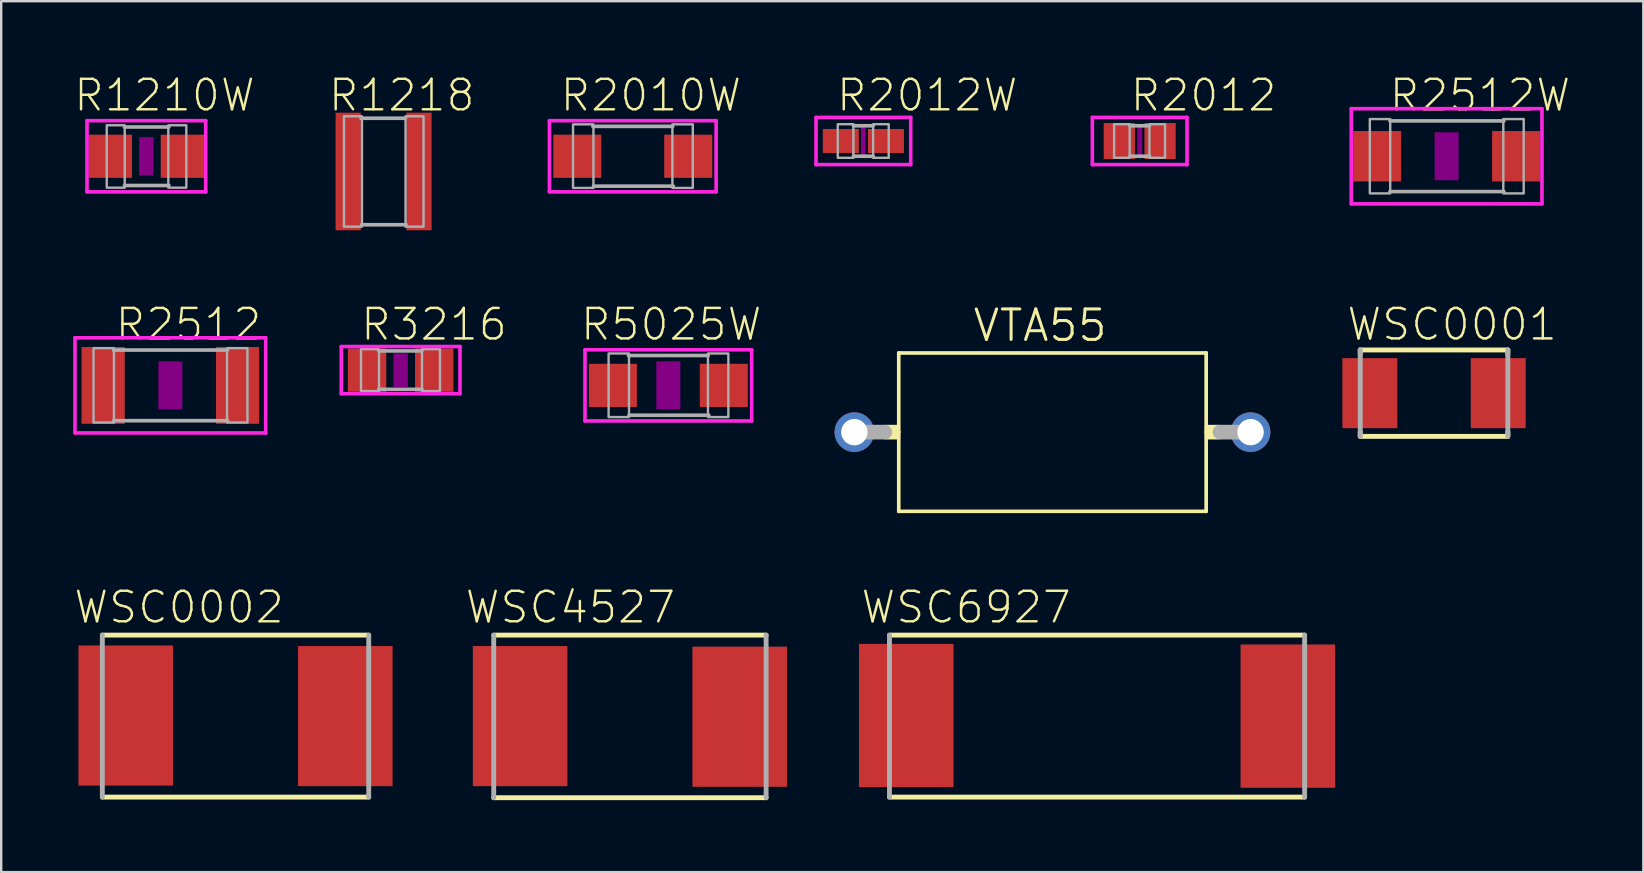
<source format=kicad_pcb>
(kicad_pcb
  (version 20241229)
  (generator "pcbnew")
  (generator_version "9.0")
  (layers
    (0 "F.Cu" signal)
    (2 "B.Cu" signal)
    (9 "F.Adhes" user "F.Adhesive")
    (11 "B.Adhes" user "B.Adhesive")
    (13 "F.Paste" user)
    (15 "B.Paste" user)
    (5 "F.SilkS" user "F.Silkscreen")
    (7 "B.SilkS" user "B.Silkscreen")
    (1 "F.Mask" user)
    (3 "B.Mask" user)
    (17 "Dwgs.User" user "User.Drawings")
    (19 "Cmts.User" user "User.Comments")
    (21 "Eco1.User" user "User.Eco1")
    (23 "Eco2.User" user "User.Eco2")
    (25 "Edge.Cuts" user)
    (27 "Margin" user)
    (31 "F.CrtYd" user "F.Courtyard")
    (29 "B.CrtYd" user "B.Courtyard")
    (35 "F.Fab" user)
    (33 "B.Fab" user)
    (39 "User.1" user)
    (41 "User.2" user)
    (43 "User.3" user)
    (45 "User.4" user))
  (footprint "R3216"
    (layer "F.Cu")
    (at 13.644 12.373)
    (property "Reference" "R3216" (at 1.391 -1.905 0) (layer "F.SilkS") (effects (font (size 1.27 1.27) (thickness 0.102))))
    (attr through_hole)
    (fp_poly (pts (xy -0.3 -0.7) (xy 0.3 -0.7) (xy 0.3 0.7) (xy -0.3 0.7)) (stroke (width 0) (type solid)) (fill yes) (layer "F.Adhes"))
    (fp_line (start -2.473 -0.983) (end 2.473 -0.983) (stroke (width 0.15) (type solid)) (layer "F.CrtYd"))
    (fp_line (start -2.473 0.983) (end -2.473 -0.983) (stroke (width 0.15) (type solid)) (layer "F.CrtYd"))
    (fp_line (start 2.473 -0.983) (end 2.473 0.983) (stroke (width 0.15) (type solid)) (layer "F.CrtYd"))
    (fp_line (start 2.473 0.983) (end -2.473 0.983) (stroke (width 0.15) (type solid)) (layer "F.CrtYd"))
    (fp_line (start -0.913 -0.8) (end 0.888 -0.8) (stroke (width 0.152) (type solid)) (layer "F.Fab"))
    (fp_line (start -0.913 0.8) (end 0.888 0.8) (stroke (width 0.152) (type solid)) (layer "F.Fab"))
    (fp_poly (pts (xy -1.651 -0.874) (xy -0.901 -0.874) (xy -0.901 0.876) (xy -1.651 0.876)) (stroke (width 0.1) (type solid)) (fill no) (layer "F.Fab"))
    (fp_poly (pts (xy 0.889 -0.874) (xy 1.639 -0.874) (xy 1.639 0.876) (xy 0.889 0.876)) (stroke (width 0.1) (type solid)) (fill no) (layer "F.Fab"))
    (pad "1" smd rect (at -1.4 0) (size 1.6 1.8) (layers "F.Cu" "F.Mask" "F.Paste"))
    (pad "2" smd rect (at 1.4 0) (size 1.6 1.8) (layers "F.Cu" "F.Mask" "F.Paste")))
  (footprint "R2512"
    (layer "F.Cu")
    (at 4.048 13.008)
    (property "Reference" "R2512" (at 0.756 -2.54 0) (layer "F.SilkS") (effects (font (size 1.27 1.27) (thickness 0.102))))
    (attr through_hole)
    (fp_poly (pts (xy -0.5 -1) (xy 0.5 -1) (xy 0.5 1) (xy -0.5 1)) (stroke (width 0) (type solid)) (fill yes) (layer "F.Adhes"))
    (fp_line (start -3.973 -1.983) (end 3.973 -1.983) (stroke (width 0.15) (type solid)) (layer "F.CrtYd"))
    (fp_line (start -3.973 1.983) (end -3.973 -1.983) (stroke (width 0.15) (type solid)) (layer "F.CrtYd"))
    (fp_line (start 3.973 -1.983) (end 3.973 1.983) (stroke (width 0.15) (type solid)) (layer "F.CrtYd"))
    (fp_line (start 3.973 1.983) (end -3.973 1.983) (stroke (width 0.15) (type solid)) (layer "F.CrtYd"))
    (fp_line (start -2.362 -1.473) (end 2.387 -1.473) (stroke (width 0.152) (type solid)) (layer "F.Fab"))
    (fp_line (start -2.362 1.473) (end 2.387 1.473) (stroke (width 0.152) (type solid)) (layer "F.Fab"))
    (fp_poly (pts (xy -3.2 -1.551) (xy -2.35 -1.551) (xy -2.35 1.549) (xy -3.2 1.549)) (stroke (width 0.1) (type solid)) (fill no) (layer "F.Fab"))
    (fp_poly (pts (xy 2.362 -1.551) (xy 3.212 -1.551) (xy 3.212 1.549) (xy 2.362 1.549)) (stroke (width 0.1) (type solid)) (fill no) (layer "F.Fab"))
    (pad "1" smd rect (at -2.8 0) (size 1.8 3.2) (layers "F.Cu" "F.Mask" "F.Paste"))
    (pad "2" smd rect (at 2.8 0) (size 1.8 3.2) (layers "F.Cu" "F.Mask" "F.Paste")))
  (footprint "R2012W"
    (layer "F.Cu")
    (at 32.926 2.826)
    (property "Reference" "R2012W" (at 2.661 -1.905 0) (layer "F.SilkS") (effects (font (size 1.27 1.27) (thickness 0.102))))
    (attr through_hole)
    (fp_poly (pts (xy -0.1 -0.6) (xy 0.1 -0.6) (xy 0.1 0.6) (xy -0.1 0.6)) (stroke (width 0) (type solid)) (fill yes) (layer "F.Adhes"))
    (fp_line (start -1.973 -0.983) (end 1.973 -0.983) (stroke (width 0.15) (type solid)) (layer "F.CrtYd"))
    (fp_line (start -1.973 0.983) (end -1.973 -0.983) (stroke (width 0.15) (type solid)) (layer "F.CrtYd"))
    (fp_line (start 1.973 -0.983) (end 1.973 0.983) (stroke (width 0.15) (type solid)) (layer "F.CrtYd"))
    (fp_line (start 1.973 0.983) (end -1.973 0.983) (stroke (width 0.15) (type solid)) (layer "F.CrtYd"))
    (fp_line (start -0.41 -0.635) (end 0.41 -0.635) (stroke (width 0.152) (type solid)) (layer "F.Fab"))
    (fp_line (start -0.41 0.635) (end 0.41 0.635) (stroke (width 0.152) (type solid)) (layer "F.Fab"))
    (fp_poly (pts (xy -1.067 -0.702) (xy -0.417 -0.702) (xy -0.417 0.699) (xy -1.067 0.699)) (stroke (width 0.1) (type solid)) (fill no) (layer "F.Fab"))
    (fp_poly (pts (xy 0.406 -0.702) (xy 1.056 -0.702) (xy 1.056 0.699) (xy 0.406 0.699)) (stroke (width 0.1) (type solid)) (fill no) (layer "F.Fab"))
    (pad "1" smd rect (at -0.94 0) (size 1.5 1) (layers "F.Cu" "F.Mask" "F.Paste"))
    (pad "2" smd rect (at 0.94 0) (size 1.5 1) (layers "F.Cu" "F.Mask" "F.Paste")))
  (footprint "R1218"
    (layer "F.Cu")
    (at 12.934 4.096)
    (property "Reference" "R1218" (at 0.756 -3.175 0) (layer "F.SilkS") (effects (font (size 1.27 1.27) (thickness 0.102))))
    (attr through_hole)
    (fp_line (start -0.913 2.219) (end 0.939 2.219) (stroke (width 0.152) (type solid)) (layer "F.Fab"))
    (fp_line (start 0.913 -2.219) (end -0.939 -2.219) (stroke (width 0.152) (type solid)) (layer "F.Fab"))
    (fp_poly (pts (xy -1.651 -2.3) (xy -0.901 -2.3) (xy -0.901 2.3) (xy -1.651 2.3)) (stroke (width 0.1) (type solid)) (fill no) (layer "F.Fab"))
    (fp_poly (pts (xy 0.914 -2.3) (xy 1.665 -2.3) (xy 1.665 2.3) (xy 0.914 2.3)) (stroke (width 0.1) (type solid)) (fill no) (layer "F.Fab"))
    (pad "1" smd rect (at -1.475 0) (size 1.05 4.9) (layers "F.Cu" "F.Mask" "F.Paste"))
    (pad "2" smd rect (at 1.475 0) (size 1.05 4.9) (layers "F.Cu" "F.Mask" "F.Paste")))
  (footprint "R2012"
    (layer "F.Cu")
    (at 44.44 2.826)
    (property "Reference" "R2012" (at 2.661 -1.905 0) (layer "F.SilkS") (effects (font (size 1.27 1.27) (thickness 0.102))))
    (attr through_hole)
    (fp_poly (pts (xy -0.1 -0.6) (xy 0.1 -0.6) (xy 0.1 0.6) (xy -0.1 0.6)) (stroke (width 0) (type solid)) (fill yes) (layer "F.Adhes"))
    (fp_line (start -1.973 -0.983) (end 1.973 -0.983) (stroke (width 0.15) (type solid)) (layer "F.CrtYd"))
    (fp_line (start -1.973 0.983) (end -1.973 -0.983) (stroke (width 0.15) (type solid)) (layer "F.CrtYd"))
    (fp_line (start 1.973 -0.983) (end 1.973 0.983) (stroke (width 0.15) (type solid)) (layer "F.CrtYd"))
    (fp_line (start 1.973 0.983) (end -1.973 0.983) (stroke (width 0.15) (type solid)) (layer "F.CrtYd"))
    (fp_line (start -0.41 -0.635) (end 0.41 -0.635) (stroke (width 0.152) (type solid)) (layer "F.Fab"))
    (fp_line (start -0.41 0.635) (end 0.41 0.635) (stroke (width 0.152) (type solid)) (layer "F.Fab"))
    (fp_poly (pts (xy -1.067 -0.702) (xy -0.417 -0.702) (xy -0.417 0.699) (xy -1.067 0.699)) (stroke (width 0.1) (type solid)) (fill no) (layer "F.Fab"))
    (fp_poly (pts (xy 0.406 -0.702) (xy 1.056 -0.702) (xy 1.056 0.699) (xy 0.406 0.699)) (stroke (width 0.1) (type solid)) (fill no) (layer "F.Fab"))
    (pad "1" smd rect (at -0.85 0) (size 1.3 1.5) (layers "F.Cu" "F.Mask" "F.Paste"))
    (pad "2" smd rect (at 0.85 0) (size 1.3 1.5) (layers "F.Cu" "F.Mask" "F.Paste")))
  (footprint "R2512W"
    (layer "F.Cu")
    (at 57.229 3.461)
    (property "Reference" "R2512W" (at 1.391 -2.54 0) (layer "F.SilkS") (effects (font (size 1.27 1.27) (thickness 0.102))))
    (attr through_hole)
    (fp_poly (pts (xy -0.5 -1) (xy 0.5 -1) (xy 0.5 1) (xy -0.5 1)) (stroke (width 0) (type solid)) (fill yes) (layer "F.Adhes"))
    (fp_line (start -3.973 -1.983) (end 3.973 -1.983) (stroke (width 0.15) (type solid)) (layer "F.CrtYd"))
    (fp_line (start -3.973 1.983) (end -3.973 -1.983) (stroke (width 0.15) (type solid)) (layer "F.CrtYd"))
    (fp_line (start 3.973 -1.983) (end 3.973 1.983) (stroke (width 0.15) (type solid)) (layer "F.CrtYd"))
    (fp_line (start 3.973 1.983) (end -3.973 1.983) (stroke (width 0.15) (type solid)) (layer "F.CrtYd"))
    (fp_line (start -2.362 -1.473) (end 2.387 -1.473) (stroke (width 0.152) (type solid)) (layer "F.Fab"))
    (fp_line (start -2.362 1.473) (end 2.387 1.473) (stroke (width 0.152) (type solid)) (layer "F.Fab"))
    (fp_poly (pts (xy -3.2 -1.551) (xy -2.35 -1.551) (xy -2.35 1.549) (xy -3.2 1.549)) (stroke (width 0.1) (type solid)) (fill no) (layer "F.Fab"))
    (fp_poly (pts (xy 2.362 -1.551) (xy 3.212 -1.551) (xy 3.212 1.549) (xy 2.362 1.549)) (stroke (width 0.1) (type solid)) (fill no) (layer "F.Fab"))
    (pad "1" smd rect (at -2.896 0) (size 2 2.1) (layers "F.Cu" "F.Mask" "F.Paste"))
    (pad "2" smd rect (at 2.896 0) (size 2 2.1) (layers "F.Cu" "F.Mask" "F.Paste")))
  (footprint "WSC6927"
    (layer "F.Cu")
    (at 42.663 26.79)
    (property "Reference" "WSC6927" (at -5.454 -4.535 0) (layer "F.SilkS") (effects (font (size 1.27 1.27) (thickness 0.102))))
    (attr through_hole)
    (fp_line (start -8.65 3.375) (end 8.65 3.375) (stroke (width 0.203) (type solid)) (layer "F.SilkS"))
    (fp_line (start 8.65 -3.375) (end -8.65 -3.375) (stroke (width 0.203) (type solid)) (layer "F.SilkS"))
    (fp_line (start -8.65 -3.375) (end -8.65 3.375) (stroke (width 0.203) (type solid)) (layer "F.Fab"))
    (fp_line (start 8.65 3.375) (end 8.65 -3.375) (stroke (width 0.203) (type solid)) (layer "F.Fab"))
    (pad "1" smd rect (at -7.95 -0.025) (size 3.94 5.97) (layers "F.Cu" "F.Mask" "F.Paste"))
    (pad "2" smd rect (at 7.95 0) (size 3.94 5.97) (layers "F.Cu" "F.Mask" "F.Paste")))
  (footprint "R2010W"
    (layer "F.Cu")
    (at 23.317 3.461)
    (property "Reference" "R2010W" (at 0.756 -2.54 0) (layer "F.SilkS") (effects (font (size 1.27 1.27) (thickness 0.102))))
    (attr through_hole)
    (fp_line (start -3.473 -1.483) (end 3.473 -1.483) (stroke (width 0.15) (type solid)) (layer "F.CrtYd"))
    (fp_line (start -3.473 1.483) (end -3.473 -1.483) (stroke (width 0.15) (type solid)) (layer "F.CrtYd"))
    (fp_line (start 3.473 -1.483) (end 3.473 1.483) (stroke (width 0.15) (type solid)) (layer "F.CrtYd"))
    (fp_line (start 3.473 1.483) (end -3.473 1.483) (stroke (width 0.15) (type solid)) (layer "F.CrtYd"))
    (fp_line (start -1.662 -1.245) (end 1.662 -1.245) (stroke (width 0.152) (type solid)) (layer "F.Fab"))
    (fp_line (start -1.637 1.245) (end 1.687 1.245) (stroke (width 0.152) (type solid)) (layer "F.Fab"))
    (fp_poly (pts (xy -2.489 -1.329) (xy -1.639 -1.329) (xy -1.639 1.321) (xy -2.489 1.321)) (stroke (width 0.1) (type solid)) (fill no) (layer "F.Fab"))
    (fp_poly (pts (xy 1.651 -1.329) (xy 2.501 -1.329) (xy 2.501 1.321) (xy 1.651 1.321)) (stroke (width 0.1) (type solid)) (fill no) (layer "F.Fab"))
    (pad "1" smd rect (at -2.311 0) (size 2 1.8) (layers "F.Cu" "F.Mask" "F.Paste"))
    (pad "2" smd rect (at 2.311 0) (size 2 1.8) (layers "F.Cu" "F.Mask" "F.Paste")))
  (footprint "VTA55"
    (layer "F.Cu")
    (at 40.805 14.957)
    (property "Reference" "VTA55" (at -0.514 -4.445 0) (layer "F.SilkS") (effects (font (size 1.27 1.27) (thickness 0.127))))
    (attr through_hole)
    (fp_line (start -6.405 -3.3) (end -6.405 0) (stroke (width 0.152) (type solid)) (layer "F.SilkS"))
    (fp_line (start -6.405 0) (end -6.405 3.3) (stroke (width 0.152) (type solid)) (layer "F.SilkS"))
    (fp_line (start -6.405 3.3) (end 6.405 3.3) (stroke (width 0.152) (type solid)) (layer "F.SilkS"))
    (fp_line (start 6.405 -3.3) (end -6.405 -3.3) (stroke (width 0.152) (type solid)) (layer "F.SilkS"))
    (fp_line (start 6.405 0) (end 6.405 -3.3) (stroke (width 0.152) (type solid)) (layer "F.SilkS"))
    (fp_line (start 6.405 3.3) (end 6.405 0) (stroke (width 0.152) (type solid)) (layer "F.SilkS"))
    (fp_poly (pts (xy -6.985 -0.305) (xy -6.35 -0.305) (xy -6.35 0.305) (xy -6.985 0.305)) (stroke (width 0) (type solid)) (fill yes) (layer "F.SilkS"))
    (fp_poly (pts (xy 6.35 -0.305) (xy 6.985 -0.305) (xy 6.985 0.305) (xy 6.35 0.305)) (stroke (width 0) (type solid)) (fill yes) (layer "F.SilkS"))
    (fp_line (start -8.255 0) (end -6.985 0) (stroke (width 0.61) (type solid)) (layer "F.Fab"))
    (fp_line (start 6.985 0) (end 8.255 0) (stroke (width 0.61) (type solid)) (layer "F.Fab"))
    (pad "1" thru_hole circle (at -8.255 0) (size 1.65 1.65) (drill 1.1) (layers "*.Cu" "*.Mask"))
    (pad "2" thru_hole circle (at 8.255 0) (size 1.65 1.65) (drill 1.1) (layers "*.Cu" "*.Mask")))
  (footprint "WSC4527"
    (layer "F.Cu")
    (at 23.198 26.815)
    (property "Reference" "WSC4527" (at -2.479 -4.56 0) (layer "F.SilkS") (effects (font (size 1.27 1.27) (thickness 0.102))))
    (attr through_hole)
    (fp_line (start -5.675 3.375) (end 5.675 3.375) (stroke (width 0.203) (type solid)) (layer "F.SilkS"))
    (fp_line (start 5.675 -3.4) (end -5.675 -3.4) (stroke (width 0.203) (type solid)) (layer "F.SilkS"))
    (fp_line (start -5.675 -3.4) (end -5.675 3.375) (stroke (width 0.203) (type solid)) (layer "F.Fab"))
    (fp_line (start 5.675 3.375) (end 5.675 -3.4) (stroke (width 0.203) (type solid)) (layer "F.Fab"))
    (pad "1" smd rect (at -4.575 -0.025) (size 3.94 5.84) (layers "F.Cu" "F.Mask" "F.Paste"))
    (pad "2" smd rect (at 4.575 0) (size 3.94 5.84) (layers "F.Cu" "F.Mask" "F.Paste")))
  (footprint "WSC0001"
    (layer "F.Cu")
    (at 56.705 13.332)
    (property "Reference" "WSC0001" (at 0.752 -2.864 0) (layer "F.SilkS") (effects (font (size 1.27 1.27) (thickness 0.102))))
    (attr through_hole)
    (fp_line (start -3.075 -1.8) (end -3.075 -1.606) (stroke (width 0.203) (type solid)) (layer "F.SilkS"))
    (fp_line (start -3.075 1.606) (end -3.075 1.8) (stroke (width 0.203) (type solid)) (layer "F.SilkS"))
    (fp_line (start -3.075 1.8) (end 3.075 1.8) (stroke (width 0.203) (type solid)) (layer "F.SilkS"))
    (fp_line (start 3.075 -1.8) (end -3.075 -1.8) (stroke (width 0.203) (type solid)) (layer "F.SilkS"))
    (fp_line (start 3.075 -1.606) (end 3.075 -1.8) (stroke (width 0.203) (type solid)) (layer "F.SilkS"))
    (fp_line (start 3.075 1.8) (end 3.075 1.606) (stroke (width 0.203) (type solid)) (layer "F.SilkS"))
    (fp_line (start -3.075 -1.8) (end -3.075 1.8) (stroke (width 0.203) (type solid)) (layer "F.Fab"))
    (fp_line (start 3.075 1.8) (end 3.075 -1.8) (stroke (width 0.203) (type solid)) (layer "F.Fab"))
    (pad "1" smd rect (at -2.675 0) (size 2.29 2.92) (layers "F.Cu" "F.Mask" "F.Paste"))
    (pad "2" smd rect (at 2.675 0) (size 2.29 2.92) (layers "F.Cu" "F.Mask" "F.Paste")))
  (footprint "R5025W"
    (layer "F.Cu")
    (at 24.799 13.008)
    (property "Reference" "R5025W" (at 0.121 -2.54 0) (layer "F.SilkS") (effects (font (size 1.27 1.27) (thickness 0.102))))
    (attr through_hole)
    (fp_poly (pts (xy -0.5 -1) (xy 0.5 -1) (xy 0.5 1) (xy -0.5 1)) (stroke (width 0) (type solid)) (fill yes) (layer "F.Adhes"))
    (fp_line (start -3.473 -1.483) (end 3.473 -1.483) (stroke (width 0.15) (type solid)) (layer "F.CrtYd"))
    (fp_line (start -3.473 1.483) (end -3.473 -1.483) (stroke (width 0.15) (type solid)) (layer "F.CrtYd"))
    (fp_line (start 3.473 -1.483) (end 3.473 1.483) (stroke (width 0.15) (type solid)) (layer "F.CrtYd"))
    (fp_line (start 3.473 1.483) (end -3.473 1.483) (stroke (width 0.15) (type solid)) (layer "F.CrtYd"))
    (fp_line (start -1.662 -1.245) (end 1.662 -1.245) (stroke (width 0.152) (type solid)) (layer "F.Fab"))
    (fp_line (start -1.637 1.245) (end 1.687 1.245) (stroke (width 0.152) (type solid)) (layer "F.Fab"))
    (fp_poly (pts (xy -2.489 -1.329) (xy -1.639 -1.329) (xy -1.639 1.321) (xy -2.489 1.321)) (stroke (width 0.1) (type solid)) (fill no) (layer "F.Fab"))
    (fp_poly (pts (xy 1.651 -1.329) (xy 2.501 -1.329) (xy 2.501 1.321) (xy 1.651 1.321)) (stroke (width 0.1) (type solid)) (fill no) (layer "F.Fab"))
    (pad "1" smd rect (at -2.311 0) (size 2 1.8) (layers "F.Cu" "F.Mask" "F.Paste"))
    (pad "2" smd rect (at 2.311 0) (size 2 1.8) (layers "F.Cu" "F.Mask" "F.Paste")))
  (footprint "R1210W"
    (layer "F.Cu")
    (at 3.049 3.461)
    (property "Reference" "R1210W" (at 0.756 -2.54 0) (layer "F.SilkS") (effects (font (size 1.27 1.27) (thickness 0.102))))
    (attr through_hole)
    (fp_poly (pts (xy -0.3 -0.8) (xy 0.3 -0.8) (xy 0.3 0.8) (xy -0.3 0.8)) (stroke (width 0) (type solid)) (fill yes) (layer "F.Adhes"))
    (fp_line (start -2.473 -1.483) (end 2.473 -1.483) (stroke (width 0.15) (type solid)) (layer "F.CrtYd"))
    (fp_line (start -2.473 1.483) (end -2.473 -1.483) (stroke (width 0.15) (type solid)) (layer "F.CrtYd"))
    (fp_line (start 2.473 -1.483) (end 2.473 1.483) (stroke (width 0.15) (type solid)) (layer "F.CrtYd"))
    (fp_line (start 2.473 1.483) (end -2.473 1.483) (stroke (width 0.15) (type solid)) (layer "F.CrtYd"))
    (fp_line (start -0.913 -1.219) (end 0.939 -1.219) (stroke (width 0.152) (type solid)) (layer "F.Fab"))
    (fp_line (start -0.913 1.219) (end 0.939 1.219) (stroke (width 0.152) (type solid)) (layer "F.Fab"))
    (fp_poly (pts (xy -1.651 -1.292) (xy -0.901 -1.292) (xy -0.901 1.308) (xy -1.651 1.308)) (stroke (width 0.1) (type solid)) (fill no) (layer "F.Fab"))
    (fp_poly (pts (xy 0.914 -1.292) (xy 1.665 -1.292) (xy 1.665 1.308) (xy 0.914 1.308)) (stroke (width 0.1) (type solid)) (fill no) (layer "F.Fab"))
    (pad "1" smd rect (at -1.499 0) (size 1.8 1.8) (layers "F.Cu" "F.Mask" "F.Paste"))
    (pad "2" smd rect (at 1.499 0) (size 1.8 1.8) (layers "F.Cu" "F.Mask" "F.Paste")))
  (footprint "WSC0002"
    (layer "F.Cu")
    (at 6.764 26.79)
    (property "Reference" "WSC0002" (at -2.354 -4.535 0) (layer "F.SilkS") (effects (font (size 1.27 1.27) (thickness 0.102))))
    (attr through_hole)
    (fp_line (start -5.55 3.375) (end 5.55 3.375) (stroke (width 0.203) (type solid)) (layer "F.SilkS"))
    (fp_line (start 5.55 -3.375) (end -5.55 -3.375) (stroke (width 0.203) (type solid)) (layer "F.SilkS"))
    (fp_line (start -5.55 -3.375) (end -5.55 3.375) (stroke (width 0.203) (type solid)) (layer "F.Fab"))
    (fp_line (start 5.55 3.375) (end 5.55 -3.375) (stroke (width 0.203) (type solid)) (layer "F.Fab"))
    (pad "1" smd rect (at -4.575 -0.025) (size 3.94 5.84) (layers "F.Cu" "F.Mask" "F.Paste"))
    (pad "2" smd rect (at 4.575 0) (size 3.94 5.84) (layers "F.Cu" "F.Mask" "F.Paste")))
  (gr_rect
    (start -3 -3)
    (end 65.425 33.291)
    (stroke (width 0.1) (type default))
    (fill no)
    (layer "Edge.Cuts")))
</source>
